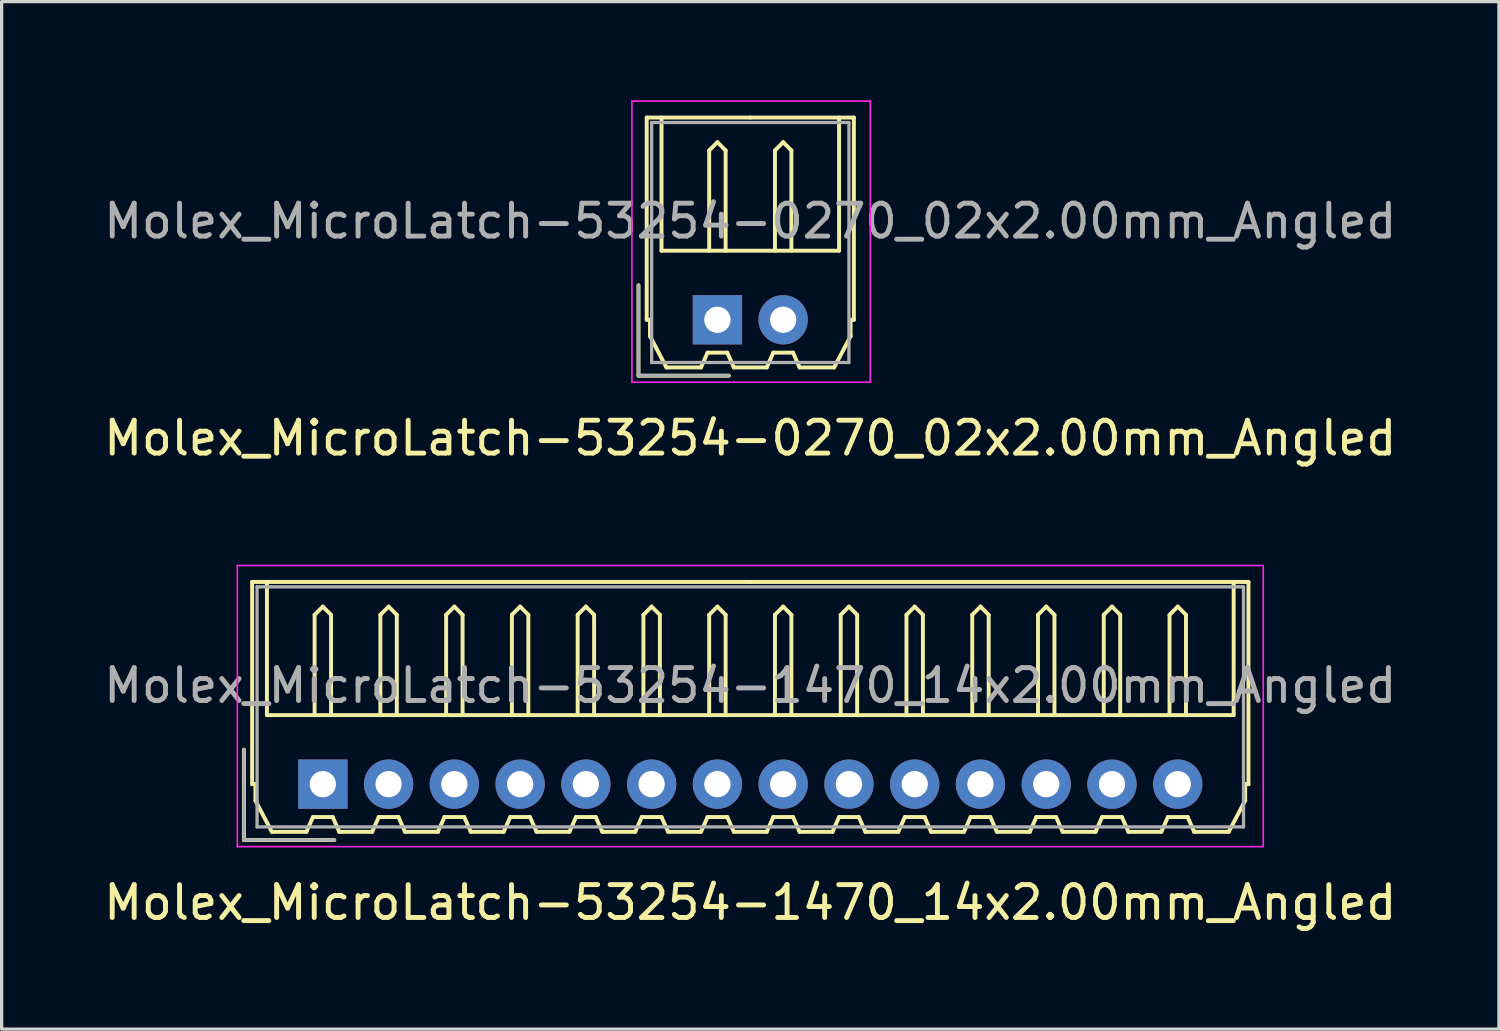
<source format=kicad_pcb>
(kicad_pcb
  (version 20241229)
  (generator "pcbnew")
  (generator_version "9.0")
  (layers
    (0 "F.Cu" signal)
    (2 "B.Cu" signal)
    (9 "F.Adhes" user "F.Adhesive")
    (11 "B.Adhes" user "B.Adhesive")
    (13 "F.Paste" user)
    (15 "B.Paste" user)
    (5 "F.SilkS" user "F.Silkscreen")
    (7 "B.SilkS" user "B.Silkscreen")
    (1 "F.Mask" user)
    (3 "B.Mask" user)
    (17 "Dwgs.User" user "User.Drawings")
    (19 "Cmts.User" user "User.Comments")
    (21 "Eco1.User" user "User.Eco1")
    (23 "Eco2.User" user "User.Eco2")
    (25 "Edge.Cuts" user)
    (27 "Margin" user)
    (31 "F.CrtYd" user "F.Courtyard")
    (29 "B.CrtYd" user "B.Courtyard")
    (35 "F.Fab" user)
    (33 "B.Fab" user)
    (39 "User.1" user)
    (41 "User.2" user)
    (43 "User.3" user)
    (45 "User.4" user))
  (footprint "Molex_MicroLatch-53254-0270_02x2.00mm_Angled"
    (layer "F.Cu")
    (at 18.768 6.675)
    (property "Reference" "Molex_MicroLatch-53254-0270_02x2.00mm_Angled" (at 1 3.6 0) (layer "F.SilkS") (effects (font (size 1 1) (thickness 0.15))))
    (attr through_hole)
    (fp_line (start -2.4 1.7) (end -2.4 -1.05) (stroke (width 0.12) (type solid)) (layer "F.SilkS"))
    (fp_line (start -2.15 -6.15) (end 1 -6.15) (stroke (width 0.12) (type solid)) (layer "F.SilkS"))
    (fp_line (start -2.15 0) (end -2.15 -6.15) (stroke (width 0.12) (type solid)) (layer "F.SilkS"))
    (fp_line (start -2.05 0) (end -2.15 0) (stroke (width 0.12) (type solid)) (layer "F.SilkS"))
    (fp_line (start -2.05 0.5) (end -2.05 0) (stroke (width 0.12) (type solid)) (layer "F.SilkS"))
    (fp_line (start -1.7 -6.15) (end -1.7 -2.1) (stroke (width 0.12) (type solid)) (layer "F.SilkS"))
    (fp_line (start -1.7 -2.1) (end 3.7 -2.1) (stroke (width 0.12) (type solid)) (layer "F.SilkS"))
    (fp_line (start -1.55 1.45) (end -2.05 0.5) (stroke (width 0.12) (type solid)) (layer "F.SilkS"))
    (fp_line (start -0.5 1.45) (end -1.55 1.45) (stroke (width 0.12) (type solid)) (layer "F.SilkS"))
    (fp_line (start -0.3 1) (end -0.5 1.45) (stroke (width 0.12) (type solid)) (layer "F.SilkS"))
    (fp_line (start -0.3 1) (end 0.3 1) (stroke (width 0.12) (type solid)) (layer "F.SilkS"))
    (fp_line (start -0.25 -5.15) (end 0 -5.4) (stroke (width 0.12) (type solid)) (layer "F.SilkS"))
    (fp_line (start -0.25 -2.1) (end -0.25 -5.15) (stroke (width 0.12) (type solid)) (layer "F.SilkS"))
    (fp_line (start 0 -5.4) (end 0.25 -5.15) (stroke (width 0.12) (type solid)) (layer "F.SilkS"))
    (fp_line (start 0.25 -5.15) (end 0.25 -2.1) (stroke (width 0.12) (type solid)) (layer "F.SilkS"))
    (fp_line (start 0.3 1) (end 0.5 1.45) (stroke (width 0.12) (type solid)) (layer "F.SilkS"))
    (fp_line (start 0.35 1.7) (end -2.4 1.7) (stroke (width 0.12) (type solid)) (layer "F.SilkS"))
    (fp_line (start 0.5 1.45) (end 1.5 1.45) (stroke (width 0.12) (type solid)) (layer "F.SilkS"))
    (fp_line (start 1.5 1.45) (end 1.7 1) (stroke (width 0.12) (type solid)) (layer "F.SilkS"))
    (fp_line (start 1.7 1) (end 2.3 1) (stroke (width 0.12) (type solid)) (layer "F.SilkS"))
    (fp_line (start 1.75 -5.15) (end 2 -5.4) (stroke (width 0.12) (type solid)) (layer "F.SilkS"))
    (fp_line (start 1.75 -2.1) (end 1.75 -5.15) (stroke (width 0.12) (type solid)) (layer "F.SilkS"))
    (fp_line (start 2 -5.4) (end 2.25 -5.15) (stroke (width 0.12) (type solid)) (layer "F.SilkS"))
    (fp_line (start 2.25 -5.15) (end 2.25 -2.1) (stroke (width 0.12) (type solid)) (layer "F.SilkS"))
    (fp_line (start 2.3 1) (end 2.5 1.45) (stroke (width 0.12) (type solid)) (layer "F.SilkS"))
    (fp_line (start 2.5 1.45) (end 3.55 1.45) (stroke (width 0.12) (type solid)) (layer "F.SilkS"))
    (fp_line (start 3.55 1.45) (end 4.05 0.5) (stroke (width 0.12) (type solid)) (layer "F.SilkS"))
    (fp_line (start 3.7 -2.1) (end 3.7 -6.15) (stroke (width 0.12) (type solid)) (layer "F.SilkS"))
    (fp_line (start 4.05 0) (end 4.15 0) (stroke (width 0.12) (type solid)) (layer "F.SilkS"))
    (fp_line (start 4.05 0.5) (end 4.05 0) (stroke (width 0.12) (type solid)) (layer "F.SilkS"))
    (fp_line (start 4.15 -6.15) (end 1 -6.15) (stroke (width 0.12) (type solid)) (layer "F.SilkS"))
    (fp_line (start 4.15 0) (end 4.15 -6.15) (stroke (width 0.12) (type solid)) (layer "F.SilkS"))
    (fp_line (start -2.6 -6.65) (end -2.6 1.9) (stroke (width 0.05) (type solid)) (layer "F.CrtYd"))
    (fp_line (start -2.6 1.9) (end 4.65 1.9) (stroke (width 0.05) (type solid)) (layer "F.CrtYd"))
    (fp_line (start 4.65 -6.65) (end -2.6 -6.65) (stroke (width 0.05) (type solid)) (layer "F.CrtYd"))
    (fp_line (start 4.65 1.9) (end 4.65 -6.65) (stroke (width 0.05) (type solid)) (layer "F.CrtYd"))
    (fp_line (start -2.4 1.7) (end -2.4 -1.05) (stroke (width 0.1) (type solid)) (layer "F.Fab"))
    (fp_line (start -2 -6) (end -2 1.3) (stroke (width 0.1) (type solid)) (layer "F.Fab"))
    (fp_line (start -2 1.3) (end 4 1.3) (stroke (width 0.1) (type solid)) (layer "F.Fab"))
    (fp_line (start 0.35 1.7) (end -2.4 1.7) (stroke (width 0.1) (type solid)) (layer "F.Fab"))
    (fp_line (start 4 -6) (end -2 -6) (stroke (width 0.1) (type solid)) (layer "F.Fab"))
    (fp_line (start 4 1.3) (end 4 -6) (stroke (width 0.1) (type solid)) (layer "F.Fab"))
    (fp_text user "${REFERENCE}" (at 1 -3 0) (layer "F.Fab") (effects (font (size 1 1) (thickness 0.15))))
    (pad "1" thru_hole rect (at 0 0) (size 1.5 1.5) (drill 0.8) (layers "*.Cu" "*.Mask"))
    (pad "2" thru_hole circle (at 2 0) (size 1.5 1.5) (drill 0.8) (layers "*.Cu" "*.Mask")))
  (footprint "Molex_MicroLatch-53254-1470_14x2.00mm_Angled"
    (layer "F.Cu")
    (at 6.768 20.798)
    (property "Reference" "Molex_MicroLatch-53254-1470_14x2.00mm_Angled" (at 13 3.6 0) (layer "F.SilkS") (effects (font (size 1 1) (thickness 0.15))))
    (attr through_hole)
    (fp_line (start -2.4 1.7) (end -2.4 -1.05) (stroke (width 0.12) (type solid)) (layer "F.SilkS"))
    (fp_line (start -2.15 -6.15) (end 13 -6.15) (stroke (width 0.12) (type solid)) (layer "F.SilkS"))
    (fp_line (start -2.15 0) (end -2.15 -6.15) (stroke (width 0.12) (type solid)) (layer "F.SilkS"))
    (fp_line (start -2.05 0) (end -2.15 0) (stroke (width 0.12) (type solid)) (layer "F.SilkS"))
    (fp_line (start -2.05 0.5) (end -2.05 0) (stroke (width 0.12) (type solid)) (layer "F.SilkS"))
    (fp_line (start -1.7 -6.15) (end -1.7 -2.1) (stroke (width 0.12) (type solid)) (layer "F.SilkS"))
    (fp_line (start -1.7 -2.1) (end 27.7 -2.1) (stroke (width 0.12) (type solid)) (layer "F.SilkS"))
    (fp_line (start -1.55 1.45) (end -2.05 0.5) (stroke (width 0.12) (type solid)) (layer "F.SilkS"))
    (fp_line (start -0.5 1.45) (end -1.55 1.45) (stroke (width 0.12) (type solid)) (layer "F.SilkS"))
    (fp_line (start -0.3 1) (end -0.5 1.45) (stroke (width 0.12) (type solid)) (layer "F.SilkS"))
    (fp_line (start -0.3 1) (end 0.3 1) (stroke (width 0.12) (type solid)) (layer "F.SilkS"))
    (fp_line (start -0.25 -5.15) (end 0 -5.4) (stroke (width 0.12) (type solid)) (layer "F.SilkS"))
    (fp_line (start -0.25 -2.1) (end -0.25 -5.15) (stroke (width 0.12) (type solid)) (layer "F.SilkS"))
    (fp_line (start 0 -5.4) (end 0.25 -5.15) (stroke (width 0.12) (type solid)) (layer "F.SilkS"))
    (fp_line (start 0.25 -5.15) (end 0.25 -2.1) (stroke (width 0.12) (type solid)) (layer "F.SilkS"))
    (fp_line (start 0.3 1) (end 0.5 1.45) (stroke (width 0.12) (type solid)) (layer "F.SilkS"))
    (fp_line (start 0.35 1.7) (end -2.4 1.7) (stroke (width 0.12) (type solid)) (layer "F.SilkS"))
    (fp_line (start 0.5 1.45) (end 1.5 1.45) (stroke (width 0.12) (type solid)) (layer "F.SilkS"))
    (fp_line (start 1.5 1.45) (end 1.7 1) (stroke (width 0.12) (type solid)) (layer "F.SilkS"))
    (fp_line (start 1.7 1) (end 2.3 1) (stroke (width 0.12) (type solid)) (layer "F.SilkS"))
    (fp_line (start 1.75 -5.15) (end 2 -5.4) (stroke (width 0.12) (type solid)) (layer "F.SilkS"))
    (fp_line (start 1.75 -2.1) (end 1.75 -5.15) (stroke (width 0.12) (type solid)) (layer "F.SilkS"))
    (fp_line (start 2 -5.4) (end 2.25 -5.15) (stroke (width 0.12) (type solid)) (layer "F.SilkS"))
    (fp_line (start 2.25 -5.15) (end 2.25 -2.1) (stroke (width 0.12) (type solid)) (layer "F.SilkS"))
    (fp_line (start 2.3 1) (end 2.5 1.45) (stroke (width 0.12) (type solid)) (layer "F.SilkS"))
    (fp_line (start 2.5 1.45) (end 3.5 1.45) (stroke (width 0.12) (type solid)) (layer "F.SilkS"))
    (fp_line (start 3.5 1.45) (end 3.7 1) (stroke (width 0.12) (type solid)) (layer "F.SilkS"))
    (fp_line (start 3.7 1) (end 4.3 1) (stroke (width 0.12) (type solid)) (layer "F.SilkS"))
    (fp_line (start 3.75 -5.15) (end 4 -5.4) (stroke (width 0.12) (type solid)) (layer "F.SilkS"))
    (fp_line (start 3.75 -2.1) (end 3.75 -5.15) (stroke (width 0.12) (type solid)) (layer "F.SilkS"))
    (fp_line (start 4 -5.4) (end 4.25 -5.15) (stroke (width 0.12) (type solid)) (layer "F.SilkS"))
    (fp_line (start 4.25 -5.15) (end 4.25 -2.1) (stroke (width 0.12) (type solid)) (layer "F.SilkS"))
    (fp_line (start 4.3 1) (end 4.5 1.45) (stroke (width 0.12) (type solid)) (layer "F.SilkS"))
    (fp_line (start 4.5 1.45) (end 5.5 1.45) (stroke (width 0.12) (type solid)) (layer "F.SilkS"))
    (fp_line (start 5.5 1.45) (end 5.7 1) (stroke (width 0.12) (type solid)) (layer "F.SilkS"))
    (fp_line (start 5.7 1) (end 6.3 1) (stroke (width 0.12) (type solid)) (layer "F.SilkS"))
    (fp_line (start 5.75 -5.15) (end 6 -5.4) (stroke (width 0.12) (type solid)) (layer "F.SilkS"))
    (fp_line (start 5.75 -2.1) (end 5.75 -5.15) (stroke (width 0.12) (type solid)) (layer "F.SilkS"))
    (fp_line (start 6 -5.4) (end 6.25 -5.15) (stroke (width 0.12) (type solid)) (layer "F.SilkS"))
    (fp_line (start 6.25 -5.15) (end 6.25 -2.1) (stroke (width 0.12) (type solid)) (layer "F.SilkS"))
    (fp_line (start 6.3 1) (end 6.5 1.45) (stroke (width 0.12) (type solid)) (layer "F.SilkS"))
    (fp_line (start 6.5 1.45) (end 7.5 1.45) (stroke (width 0.12) (type solid)) (layer "F.SilkS"))
    (fp_line (start 7.5 1.45) (end 7.7 1) (stroke (width 0.12) (type solid)) (layer "F.SilkS"))
    (fp_line (start 7.7 1) (end 8.3 1) (stroke (width 0.12) (type solid)) (layer "F.SilkS"))
    (fp_line (start 7.75 -5.15) (end 8 -5.4) (stroke (width 0.12) (type solid)) (layer "F.SilkS"))
    (fp_line (start 7.75 -2.1) (end 7.75 -5.15) (stroke (width 0.12) (type solid)) (layer "F.SilkS"))
    (fp_line (start 8 -5.4) (end 8.25 -5.15) (stroke (width 0.12) (type solid)) (layer "F.SilkS"))
    (fp_line (start 8.25 -5.15) (end 8.25 -2.1) (stroke (width 0.12) (type solid)) (layer "F.SilkS"))
    (fp_line (start 8.3 1) (end 8.5 1.45) (stroke (width 0.12) (type solid)) (layer "F.SilkS"))
    (fp_line (start 8.5 1.45) (end 9.5 1.45) (stroke (width 0.12) (type solid)) (layer "F.SilkS"))
    (fp_line (start 9.5 1.45) (end 9.7 1) (stroke (width 0.12) (type solid)) (layer "F.SilkS"))
    (fp_line (start 9.7 1) (end 10.3 1) (stroke (width 0.12) (type solid)) (layer "F.SilkS"))
    (fp_line (start 9.75 -5.15) (end 10 -5.4) (stroke (width 0.12) (type solid)) (layer "F.SilkS"))
    (fp_line (start 9.75 -2.1) (end 9.75 -5.15) (stroke (width 0.12) (type solid)) (layer "F.SilkS"))
    (fp_line (start 10 -5.4) (end 10.25 -5.15) (stroke (width 0.12) (type solid)) (layer "F.SilkS"))
    (fp_line (start 10.25 -5.15) (end 10.25 -2.1) (stroke (width 0.12) (type solid)) (layer "F.SilkS"))
    (fp_line (start 10.3 1) (end 10.5 1.45) (stroke (width 0.12) (type solid)) (layer "F.SilkS"))
    (fp_line (start 10.5 1.45) (end 11.5 1.45) (stroke (width 0.12) (type solid)) (layer "F.SilkS"))
    (fp_line (start 11.5 1.45) (end 11.7 1) (stroke (width 0.12) (type solid)) (layer "F.SilkS"))
    (fp_line (start 11.7 1) (end 12.3 1) (stroke (width 0.12) (type solid)) (layer "F.SilkS"))
    (fp_line (start 11.75 -5.15) (end 12 -5.4) (stroke (width 0.12) (type solid)) (layer "F.SilkS"))
    (fp_line (start 11.75 -2.1) (end 11.75 -5.15) (stroke (width 0.12) (type solid)) (layer "F.SilkS"))
    (fp_line (start 12 -5.4) (end 12.25 -5.15) (stroke (width 0.12) (type solid)) (layer "F.SilkS"))
    (fp_line (start 12.25 -5.15) (end 12.25 -2.1) (stroke (width 0.12) (type solid)) (layer "F.SilkS"))
    (fp_line (start 12.3 1) (end 12.5 1.45) (stroke (width 0.12) (type solid)) (layer "F.SilkS"))
    (fp_line (start 12.5 1.45) (end 13.5 1.45) (stroke (width 0.12) (type solid)) (layer "F.SilkS"))
    (fp_line (start 13.5 1.45) (end 13.7 1) (stroke (width 0.12) (type solid)) (layer "F.SilkS"))
    (fp_line (start 13.7 1) (end 14.3 1) (stroke (width 0.12) (type solid)) (layer "F.SilkS"))
    (fp_line (start 13.75 -5.15) (end 14 -5.4) (stroke (width 0.12) (type solid)) (layer "F.SilkS"))
    (fp_line (start 13.75 -2.1) (end 13.75 -5.15) (stroke (width 0.12) (type solid)) (layer "F.SilkS"))
    (fp_line (start 14 -5.4) (end 14.25 -5.15) (stroke (width 0.12) (type solid)) (layer "F.SilkS"))
    (fp_line (start 14.25 -5.15) (end 14.25 -2.1) (stroke (width 0.12) (type solid)) (layer "F.SilkS"))
    (fp_line (start 14.3 1) (end 14.5 1.45) (stroke (width 0.12) (type solid)) (layer "F.SilkS"))
    (fp_line (start 14.5 1.45) (end 15.5 1.45) (stroke (width 0.12) (type solid)) (layer "F.SilkS"))
    (fp_line (start 15.5 1.45) (end 15.7 1) (stroke (width 0.12) (type solid)) (layer "F.SilkS"))
    (fp_line (start 15.7 1) (end 16.3 1) (stroke (width 0.12) (type solid)) (layer "F.SilkS"))
    (fp_line (start 15.75 -5.15) (end 16 -5.4) (stroke (width 0.12) (type solid)) (layer "F.SilkS"))
    (fp_line (start 15.75 -2.1) (end 15.75 -5.15) (stroke (width 0.12) (type solid)) (layer "F.SilkS"))
    (fp_line (start 16 -5.4) (end 16.25 -5.15) (stroke (width 0.12) (type solid)) (layer "F.SilkS"))
    (fp_line (start 16.25 -5.15) (end 16.25 -2.1) (stroke (width 0.12) (type solid)) (layer "F.SilkS"))
    (fp_line (start 16.3 1) (end 16.5 1.45) (stroke (width 0.12) (type solid)) (layer "F.SilkS"))
    (fp_line (start 16.5 1.45) (end 17.5 1.45) (stroke (width 0.12) (type solid)) (layer "F.SilkS"))
    (fp_line (start 17.5 1.45) (end 17.7 1) (stroke (width 0.12) (type solid)) (layer "F.SilkS"))
    (fp_line (start 17.7 1) (end 18.3 1) (stroke (width 0.12) (type solid)) (layer "F.SilkS"))
    (fp_line (start 17.75 -5.15) (end 18 -5.4) (stroke (width 0.12) (type solid)) (layer "F.SilkS"))
    (fp_line (start 17.75 -2.1) (end 17.75 -5.15) (stroke (width 0.12) (type solid)) (layer "F.SilkS"))
    (fp_line (start 18 -5.4) (end 18.25 -5.15) (stroke (width 0.12) (type solid)) (layer "F.SilkS"))
    (fp_line (start 18.25 -5.15) (end 18.25 -2.1) (stroke (width 0.12) (type solid)) (layer "F.SilkS"))
    (fp_line (start 18.3 1) (end 18.5 1.45) (stroke (width 0.12) (type solid)) (layer "F.SilkS"))
    (fp_line (start 18.5 1.45) (end 19.5 1.45) (stroke (width 0.12) (type solid)) (layer "F.SilkS"))
    (fp_line (start 19.5 1.45) (end 19.7 1) (stroke (width 0.12) (type solid)) (layer "F.SilkS"))
    (fp_line (start 19.7 1) (end 20.3 1) (stroke (width 0.12) (type solid)) (layer "F.SilkS"))
    (fp_line (start 19.75 -5.15) (end 20 -5.4) (stroke (width 0.12) (type solid)) (layer "F.SilkS"))
    (fp_line (start 19.75 -2.1) (end 19.75 -5.15) (stroke (width 0.12) (type solid)) (layer "F.SilkS"))
    (fp_line (start 20 -5.4) (end 20.25 -5.15) (stroke (width 0.12) (type solid)) (layer "F.SilkS"))
    (fp_line (start 20.25 -5.15) (end 20.25 -2.1) (stroke (width 0.12) (type solid)) (layer "F.SilkS"))
    (fp_line (start 20.3 1) (end 20.5 1.45) (stroke (width 0.12) (type solid)) (layer "F.SilkS"))
    (fp_line (start 20.5 1.45) (end 21.5 1.45) (stroke (width 0.12) (type solid)) (layer "F.SilkS"))
    (fp_line (start 21.5 1.45) (end 21.7 1) (stroke (width 0.12) (type solid)) (layer "F.SilkS"))
    (fp_line (start 21.7 1) (end 22.3 1) (stroke (width 0.12) (type solid)) (layer "F.SilkS"))
    (fp_line (start 21.75 -5.15) (end 22 -5.4) (stroke (width 0.12) (type solid)) (layer "F.SilkS"))
    (fp_line (start 21.75 -2.1) (end 21.75 -5.15) (stroke (width 0.12) (type solid)) (layer "F.SilkS"))
    (fp_line (start 22 -5.4) (end 22.25 -5.15) (stroke (width 0.12) (type solid)) (layer "F.SilkS"))
    (fp_line (start 22.25 -5.15) (end 22.25 -2.1) (stroke (width 0.12) (type solid)) (layer "F.SilkS"))
    (fp_line (start 22.3 1) (end 22.5 1.45) (stroke (width 0.12) (type solid)) (layer "F.SilkS"))
    (fp_line (start 22.5 1.45) (end 23.5 1.45) (stroke (width 0.12) (type solid)) (layer "F.SilkS"))
    (fp_line (start 23.5 1.45) (end 23.7 1) (stroke (width 0.12) (type solid)) (layer "F.SilkS"))
    (fp_line (start 23.7 1) (end 24.3 1) (stroke (width 0.12) (type solid)) (layer "F.SilkS"))
    (fp_line (start 23.75 -5.15) (end 24 -5.4) (stroke (width 0.12) (type solid)) (layer "F.SilkS"))
    (fp_line (start 23.75 -2.1) (end 23.75 -5.15) (stroke (width 0.12) (type solid)) (layer "F.SilkS"))
    (fp_line (start 24 -5.4) (end 24.25 -5.15) (stroke (width 0.12) (type solid)) (layer "F.SilkS"))
    (fp_line (start 24.25 -5.15) (end 24.25 -2.1) (stroke (width 0.12) (type solid)) (layer "F.SilkS"))
    (fp_line (start 24.3 1) (end 24.5 1.45) (stroke (width 0.12) (type solid)) (layer "F.SilkS"))
    (fp_line (start 24.5 1.45) (end 25.5 1.45) (stroke (width 0.12) (type solid)) (layer "F.SilkS"))
    (fp_line (start 25.5 1.45) (end 25.7 1) (stroke (width 0.12) (type solid)) (layer "F.SilkS"))
    (fp_line (start 25.7 1) (end 26.3 1) (stroke (width 0.12) (type solid)) (layer "F.SilkS"))
    (fp_line (start 25.75 -5.15) (end 26 -5.4) (stroke (width 0.12) (type solid)) (layer "F.SilkS"))
    (fp_line (start 25.75 -2.1) (end 25.75 -5.15) (stroke (width 0.12) (type solid)) (layer "F.SilkS"))
    (fp_line (start 26 -5.4) (end 26.25 -5.15) (stroke (width 0.12) (type solid)) (layer "F.SilkS"))
    (fp_line (start 26.25 -5.15) (end 26.25 -2.1) (stroke (width 0.12) (type solid)) (layer "F.SilkS"))
    (fp_line (start 26.3 1) (end 26.5 1.45) (stroke (width 0.12) (type solid)) (layer "F.SilkS"))
    (fp_line (start 26.5 1.45) (end 27.55 1.45) (stroke (width 0.12) (type solid)) (layer "F.SilkS"))
    (fp_line (start 27.55 1.45) (end 28.05 0.5) (stroke (width 0.12) (type solid)) (layer "F.SilkS"))
    (fp_line (start 27.7 -2.1) (end 27.7 -6.15) (stroke (width 0.12) (type solid)) (layer "F.SilkS"))
    (fp_line (start 28.05 0) (end 28.15 0) (stroke (width 0.12) (type solid)) (layer "F.SilkS"))
    (fp_line (start 28.05 0.5) (end 28.05 0) (stroke (width 0.12) (type solid)) (layer "F.SilkS"))
    (fp_line (start 28.15 -6.15) (end 13 -6.15) (stroke (width 0.12) (type solid)) (layer "F.SilkS"))
    (fp_line (start 28.15 0) (end 28.15 -6.15) (stroke (width 0.12) (type solid)) (layer "F.SilkS"))
    (fp_line (start -2.6 -6.65) (end -2.6 1.9) (stroke (width 0.05) (type solid)) (layer "F.CrtYd"))
    (fp_line (start -2.6 1.9) (end 28.6 1.9) (stroke (width 0.05) (type solid)) (layer "F.CrtYd"))
    (fp_line (start 28.6 -6.65) (end -2.6 -6.65) (stroke (width 0.05) (type solid)) (layer "F.CrtYd"))
    (fp_line (start 28.6 1.9) (end 28.6 -6.65) (stroke (width 0.05) (type solid)) (layer "F.CrtYd"))
    (fp_line (start -2.4 1.7) (end -2.4 -1.05) (stroke (width 0.1) (type solid)) (layer "F.Fab"))
    (fp_line (start -2 -6) (end -2 1.3) (stroke (width 0.1) (type solid)) (layer "F.Fab"))
    (fp_line (start -2 1.3) (end 28 1.3) (stroke (width 0.1) (type solid)) (layer "F.Fab"))
    (fp_line (start 0.35 1.7) (end -2.4 1.7) (stroke (width 0.1) (type solid)) (layer "F.Fab"))
    (fp_line (start 28 -6) (end -2 -6) (stroke (width 0.1) (type solid)) (layer "F.Fab"))
    (fp_line (start 28 1.3) (end 28 -6) (stroke (width 0.1) (type solid)) (layer "F.Fab"))
    (fp_text user "${REFERENCE}" (at 13 -3 0) (layer "F.Fab") (effects (font (size 1 1) (thickness 0.15))))
    (pad "1" thru_hole rect (at 0 0) (size 1.5 1.5) (drill 0.8) (layers "*.Cu" "*.Mask"))
    (pad "2" thru_hole circle (at 2 0) (size 1.5 1.5) (drill 0.8) (layers "*.Cu" "*.Mask"))
    (pad "3" thru_hole circle (at 4 0) (size 1.5 1.5) (drill 0.8) (layers "*.Cu" "*.Mask"))
    (pad "4" thru_hole circle (at 6 0) (size 1.5 1.5) (drill 0.8) (layers "*.Cu" "*.Mask"))
    (pad "5" thru_hole circle (at 8 0) (size 1.5 1.5) (drill 0.8) (layers "*.Cu" "*.Mask"))
    (pad "6" thru_hole circle (at 10 0) (size 1.5 1.5) (drill 0.8) (layers "*.Cu" "*.Mask"))
    (pad "7" thru_hole circle (at 12 0) (size 1.5 1.5) (drill 0.8) (layers "*.Cu" "*.Mask"))
    (pad "8" thru_hole circle (at 14 0) (size 1.5 1.5) (drill 0.8) (layers "*.Cu" "*.Mask"))
    (pad "9" thru_hole circle (at 16 0) (size 1.5 1.5) (drill 0.8) (layers "*.Cu" "*.Mask"))
    (pad "10" thru_hole circle (at 18 0) (size 1.5 1.5) (drill 0.8) (layers "*.Cu" "*.Mask"))
    (pad "11" thru_hole circle (at 20 0) (size 1.5 1.5) (drill 0.8) (layers "*.Cu" "*.Mask"))
    (pad "12" thru_hole circle (at 22 0) (size 1.5 1.5) (drill 0.8) (layers "*.Cu" "*.Mask"))
    (pad "13" thru_hole circle (at 24 0) (size 1.5 1.5) (drill 0.8) (layers "*.Cu" "*.Mask"))
    (pad "14" thru_hole circle (at 26 0) (size 1.5 1.5) (drill 0.8) (layers "*.Cu" "*.Mask")))
  (gr_rect
    (start -3 -3)
    (end 42.536 28.247)
    (stroke (width 0.1) (type default))
    (fill no)
    (layer "Edge.Cuts")))
</source>
